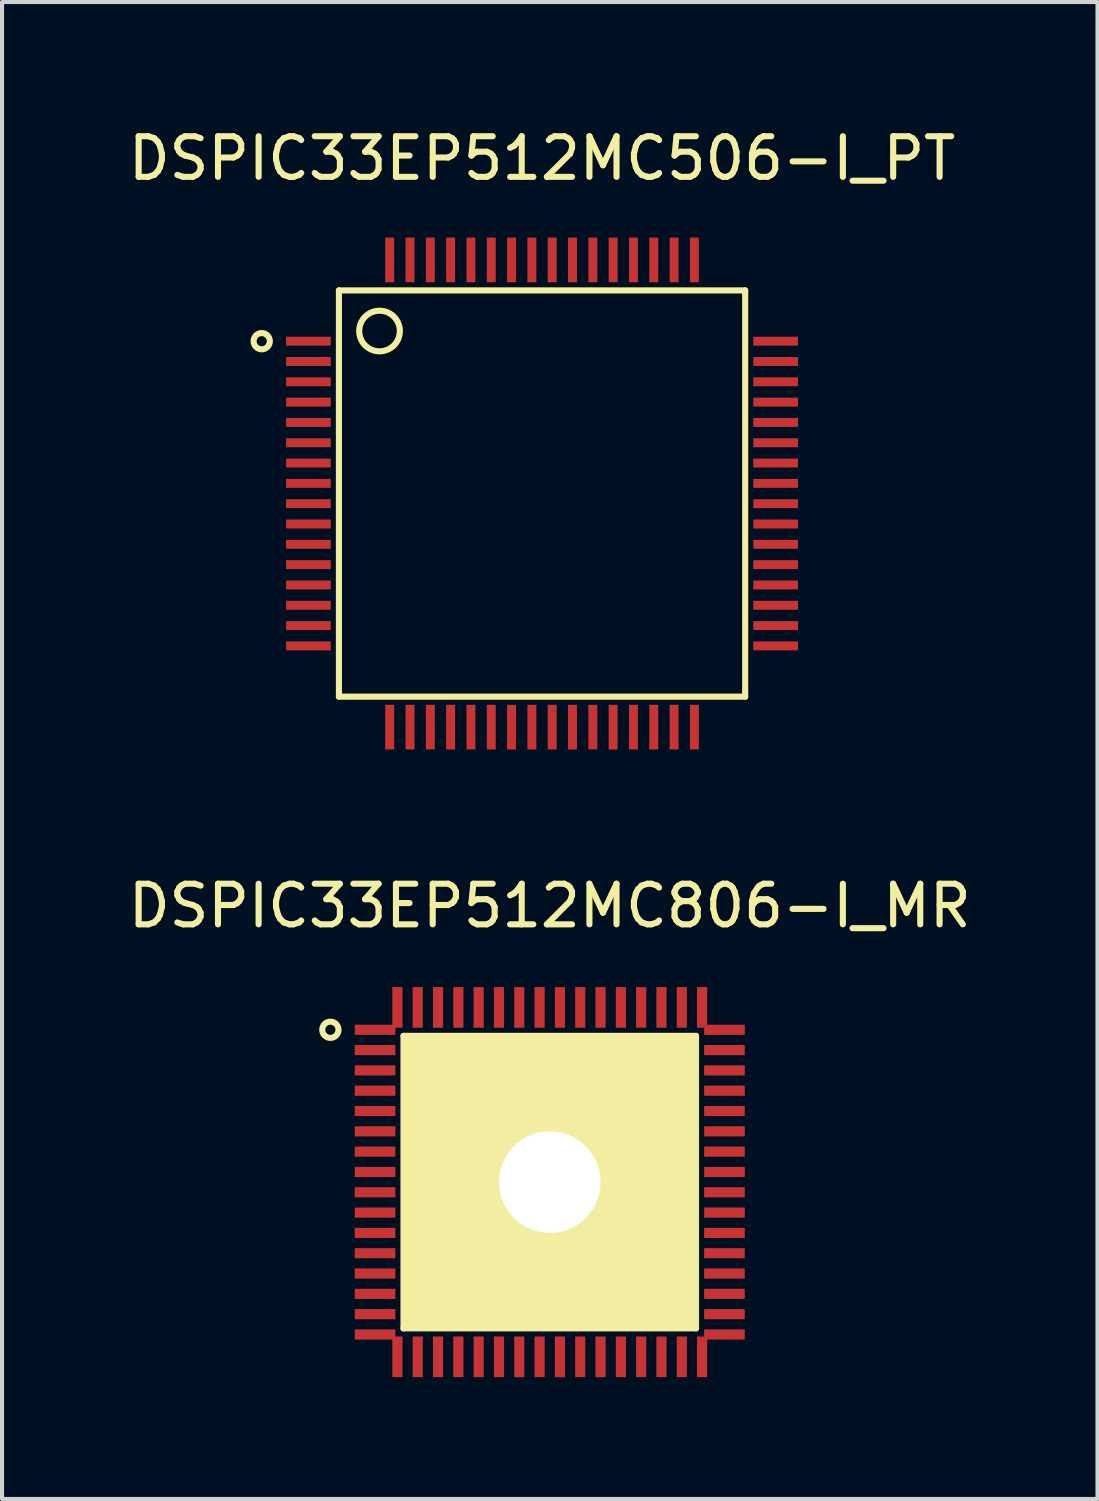
<source format=kicad_pcb>
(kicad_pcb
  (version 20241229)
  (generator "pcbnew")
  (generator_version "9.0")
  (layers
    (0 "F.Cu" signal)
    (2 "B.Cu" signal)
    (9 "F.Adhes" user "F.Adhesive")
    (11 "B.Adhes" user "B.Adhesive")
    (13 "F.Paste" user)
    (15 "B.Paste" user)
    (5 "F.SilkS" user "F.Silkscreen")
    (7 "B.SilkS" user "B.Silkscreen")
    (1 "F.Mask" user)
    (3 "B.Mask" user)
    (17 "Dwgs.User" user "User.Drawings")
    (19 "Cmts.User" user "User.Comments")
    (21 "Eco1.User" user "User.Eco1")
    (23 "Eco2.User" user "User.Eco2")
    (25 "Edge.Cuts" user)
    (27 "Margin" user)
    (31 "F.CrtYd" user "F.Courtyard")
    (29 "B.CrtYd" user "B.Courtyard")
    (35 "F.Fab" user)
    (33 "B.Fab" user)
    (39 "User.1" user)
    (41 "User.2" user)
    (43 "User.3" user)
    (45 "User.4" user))
  (footprint "DSPIC33EP512MC506-I_PT"
    (layer "F.Cu")
    (at 4.542 3.348)
    (property "Reference" "DSPIC33EP512MC506-I_PT" (at 5.75 -2.5 0) (layer "F.SilkS") (effects (font (size 1 1) (thickness 0.15))))
    (attr through_hole)
    (fp_line (start 0.75 0.75) (end 0.75 10.75) (stroke (width 0.15) (type solid)) (layer "F.SilkS"))
    (fp_line (start 0.75 0.75) (end 10.75 0.75) (stroke (width 0.15) (type solid)) (layer "F.SilkS"))
    (fp_line (start 0.75 10.75) (end 10.75 10.75) (stroke (width 0.15) (type solid)) (layer "F.SilkS"))
    (fp_line (start 10.75 10.75) (end 10.75 0.75) (stroke (width 0.15) (type solid)) (layer "F.SilkS"))
    (fp_circle (center -1.15 2) (end -1.15 1.8) (stroke (width 0.15) (type solid)) (fill no) (layer "F.SilkS"))
    (fp_circle (center 1.75 1.75) (end 1.75 1.25) (stroke (width 0.15) (type solid)) (fill no) (layer "F.SilkS"))
    (pad "1" smd rect (at 0 2) (size 1.1 0.22) (layers "F.Cu" "F.Mask" "F.Paste"))
    (pad "2" smd rect (at 0 2.5) (size 1.1 0.22) (layers "F.Cu" "F.Mask" "F.Paste"))
    (pad "3" smd rect (at 0 3) (size 1.1 0.22) (layers "F.Cu" "F.Mask" "F.Paste"))
    (pad "4" smd rect (at 0 3.5) (size 1.1 0.22) (layers "F.Cu" "F.Mask" "F.Paste"))
    (pad "5" smd rect (at 0 4) (size 1.1 0.22) (layers "F.Cu" "F.Mask" "F.Paste"))
    (pad "6" smd rect (at 0 4.5) (size 1.1 0.22) (layers "F.Cu" "F.Mask" "F.Paste"))
    (pad "7" smd rect (at 0 5) (size 1.1 0.22) (layers "F.Cu" "F.Mask" "F.Paste"))
    (pad "8" smd rect (at 0 5.5) (size 1.1 0.22) (layers "F.Cu" "F.Mask" "F.Paste"))
    (pad "9" smd rect (at 0 6) (size 1.1 0.22) (layers "F.Cu" "F.Mask" "F.Paste"))
    (pad "10" smd rect (at 0 6.5) (size 1.1 0.22) (layers "F.Cu" "F.Mask" "F.Paste"))
    (pad "11" smd rect (at 0 7) (size 1.1 0.22) (layers "F.Cu" "F.Mask" "F.Paste"))
    (pad "12" smd rect (at 0 7.5) (size 1.1 0.22) (layers "F.Cu" "F.Mask" "F.Paste"))
    (pad "13" smd rect (at 0 8) (size 1.1 0.22) (layers "F.Cu" "F.Mask" "F.Paste"))
    (pad "14" smd rect (at 0 8.5) (size 1.1 0.22) (layers "F.Cu" "F.Mask" "F.Paste"))
    (pad "15" smd rect (at 0 9) (size 1.1 0.22) (layers "F.Cu" "F.Mask" "F.Paste"))
    (pad "16" smd rect (at 0 9.5) (size 1.1 0.22) (layers "F.Cu" "F.Mask" "F.Paste"))
    (pad "17" smd rect (at 2 11.5) (size 0.22 1.1) (layers "F.Cu" "F.Mask" "F.Paste"))
    (pad "18" smd rect (at 2.5 11.5) (size 0.22 1.1) (layers "F.Cu" "F.Mask" "F.Paste"))
    (pad "19" smd rect (at 3 11.5) (size 0.22 1.1) (layers "F.Cu" "F.Mask" "F.Paste"))
    (pad "20" smd rect (at 3.5 11.5) (size 0.22 1.1) (layers "F.Cu" "F.Mask" "F.Paste"))
    (pad "21" smd rect (at 4 11.5) (size 0.22 1.1) (layers "F.Cu" "F.Mask" "F.Paste"))
    (pad "22" smd rect (at 4.5 11.5) (size 0.22 1.1) (layers "F.Cu" "F.Mask" "F.Paste"))
    (pad "23" smd rect (at 5 11.5) (size 0.22 1.1) (layers "F.Cu" "F.Mask" "F.Paste"))
    (pad "24" smd rect (at 5.5 11.5) (size 0.22 1.1) (layers "F.Cu" "F.Mask" "F.Paste"))
    (pad "25" smd rect (at 6 11.5) (size 0.22 1.1) (layers "F.Cu" "F.Mask" "F.Paste"))
    (pad "26" smd rect (at 6.5 11.5) (size 0.22 1.1) (layers "F.Cu" "F.Mask" "F.Paste"))
    (pad "27" smd rect (at 7 11.5) (size 0.22 1.1) (layers "F.Cu" "F.Mask" "F.Paste"))
    (pad "28" smd rect (at 7.5 11.5) (size 0.22 1.1) (layers "F.Cu" "F.Mask" "F.Paste"))
    (pad "29" smd rect (at 8 11.5) (size 0.22 1.1) (layers "F.Cu" "F.Mask" "F.Paste"))
    (pad "30" smd rect (at 8.5 11.5) (size 0.22 1.1) (layers "F.Cu" "F.Mask" "F.Paste"))
    (pad "31" smd rect (at 9 11.5) (size 0.22 1.1) (layers "F.Cu" "F.Mask" "F.Paste"))
    (pad "32" smd rect (at 9.5 11.5) (size 0.22 1.1) (layers "F.Cu" "F.Mask" "F.Paste"))
    (pad "33" smd rect (at 11.5 9.5) (size 1.1 0.22) (layers "F.Cu" "F.Mask" "F.Paste"))
    (pad "34" smd rect (at 11.5 9) (size 1.1 0.22) (layers "F.Cu" "F.Mask" "F.Paste"))
    (pad "35" smd rect (at 11.5 8.5) (size 1.1 0.22) (layers "F.Cu" "F.Mask" "F.Paste"))
    (pad "36" smd rect (at 11.5 8) (size 1.1 0.22) (layers "F.Cu" "F.Mask" "F.Paste"))
    (pad "37" smd rect (at 11.5 7.5) (size 1.1 0.22) (layers "F.Cu" "F.Mask" "F.Paste"))
    (pad "38" smd rect (at 11.5 7) (size 1.1 0.22) (layers "F.Cu" "F.Mask" "F.Paste"))
    (pad "39" smd rect (at 11.5 6.5) (size 1.1 0.22) (layers "F.Cu" "F.Mask" "F.Paste"))
    (pad "40" smd rect (at 11.5 6) (size 1.1 0.22) (layers "F.Cu" "F.Mask" "F.Paste"))
    (pad "41" smd rect (at 11.5 5.5) (size 1.1 0.22) (layers "F.Cu" "F.Mask" "F.Paste"))
    (pad "42" smd rect (at 11.5 5) (size 1.1 0.22) (layers "F.Cu" "F.Mask" "F.Paste"))
    (pad "43" smd rect (at 11.5 4.5) (size 1.1 0.22) (layers "F.Cu" "F.Mask" "F.Paste"))
    (pad "44" smd rect (at 11.5 4) (size 1.1 0.22) (layers "F.Cu" "F.Mask" "F.Paste"))
    (pad "45" smd rect (at 11.5 3.5) (size 1.1 0.22) (layers "F.Cu" "F.Mask" "F.Paste"))
    (pad "46" smd rect (at 11.5 3) (size 1.1 0.22) (layers "F.Cu" "F.Mask" "F.Paste"))
    (pad "47" smd rect (at 11.5 2.5) (size 1.1 0.22) (layers "F.Cu" "F.Mask" "F.Paste"))
    (pad "48" smd rect (at 11.5 2) (size 1.1 0.22) (layers "F.Cu" "F.Mask" "F.Paste"))
    (pad "49" smd rect (at 9.5 0) (size 0.22 1.1) (layers "F.Cu" "F.Mask" "F.Paste"))
    (pad "50" smd rect (at 9 0) (size 0.22 1.1) (layers "F.Cu" "F.Mask" "F.Paste"))
    (pad "51" smd rect (at 8.5 0) (size 0.22 1.1) (layers "F.Cu" "F.Mask" "F.Paste"))
    (pad "52" smd rect (at 8 0) (size 0.22 1.1) (layers "F.Cu" "F.Mask" "F.Paste"))
    (pad "53" smd rect (at 7.5 0) (size 0.22 1.1) (layers "F.Cu" "F.Mask" "F.Paste"))
    (pad "54" smd rect (at 7 0) (size 0.22 1.1) (layers "F.Cu" "F.Mask" "F.Paste"))
    (pad "55" smd rect (at 6.5 0) (size 0.22 1.1) (layers "F.Cu" "F.Mask" "F.Paste"))
    (pad "56" smd rect (at 6 0) (size 0.22 1.1) (layers "F.Cu" "F.Mask" "F.Paste"))
    (pad "57" smd rect (at 5.5 0) (size 0.22 1.1) (layers "F.Cu" "F.Mask" "F.Paste"))
    (pad "58" smd rect (at 5 0) (size 0.22 1.1) (layers "F.Cu" "F.Mask" "F.Paste"))
    (pad "59" smd rect (at 4.5 0) (size 0.22 1.1) (layers "F.Cu" "F.Mask" "F.Paste"))
    (pad "60" smd rect (at 4 0) (size 0.22 1.1) (layers "F.Cu" "F.Mask" "F.Paste"))
    (pad "61" smd rect (at 3.5 0) (size 0.22 1.1) (layers "F.Cu" "F.Mask" "F.Paste"))
    (pad "62" smd rect (at 3 0) (size 0.22 1.1) (layers "F.Cu" "F.Mask" "F.Paste"))
    (pad "63" smd rect (at 2.5 0) (size 0.22 1.1) (layers "F.Cu" "F.Mask" "F.Paste"))
    (pad "64" smd rect (at 2 0) (size 0.22 1.1) (layers "F.Cu" "F.Mask" "F.Paste")))
  (footprint "DSPIC33EP512MC806-I_MR"
    (layer "F.Cu")
    (at 6.182 21.747)
    (property "Reference" "DSPIC33EP512MC806-I_MR" (at 4.3 -2.5 0) (layer "F.SilkS") (effects (font (size 1 1) (thickness 0.15))))
    (attr through_hole)
    (fp_line (start 0.7 0.7) (end 0.7 7.9) (stroke (width 0.15) (type solid)) (layer "F.SilkS"))
    (fp_line (start 0.7 0.7) (end 7.9 0.7) (stroke (width 0.15) (type solid)) (layer "F.SilkS"))
    (fp_line (start 0.7 7.9) (end 7.9 7.9) (stroke (width 0.15) (type solid)) (layer "F.SilkS"))
    (fp_line (start 7.9 7.9) (end 7.9 0.7) (stroke (width 0.15) (type solid)) (layer "F.SilkS"))
    (fp_circle (center -1.1 0.55) (end -1.1 0.35) (stroke (width 0.15) (type solid)) (fill no) (layer "F.SilkS"))
    (fp_circle (center 1.7 1.7) (end 1.7 1.2) (stroke (width 0.15) (type solid)) (fill no) (layer "F.SilkS"))
    (pad "1" smd rect (at 0 0.55) (size 1 0.25) (layers "F.Cu" "F.Mask" "F.Paste"))
    (pad "2" smd rect (at 0 1.05) (size 1 0.25) (layers "F.Cu" "F.Mask" "F.Paste"))
    (pad "3" smd rect (at 0 1.55) (size 1 0.25) (layers "F.Cu" "F.Mask" "F.Paste"))
    (pad "4" smd rect (at 0 2.05) (size 1 0.25) (layers "F.Cu" "F.Mask" "F.Paste"))
    (pad "5" smd rect (at 0 2.55) (size 1 0.25) (layers "F.Cu" "F.Mask" "F.Paste"))
    (pad "6" smd rect (at 0 3.05) (size 1 0.25) (layers "F.Cu" "F.Mask" "F.Paste"))
    (pad "7" smd rect (at 0 3.55) (size 1 0.25) (layers "F.Cu" "F.Mask" "F.Paste"))
    (pad "8" smd rect (at 0 4.05) (size 1 0.25) (layers "F.Cu" "F.Mask" "F.Paste"))
    (pad "9" smd rect (at 0 4.55) (size 1 0.25) (layers "F.Cu" "F.Mask" "F.Paste"))
    (pad "10" smd rect (at 0 5.05) (size 1 0.25) (layers "F.Cu" "F.Mask" "F.Paste"))
    (pad "11" smd rect (at 0 5.55) (size 1 0.25) (layers "F.Cu" "F.Mask" "F.Paste"))
    (pad "12" smd rect (at 0 6.05) (size 1 0.25) (layers "F.Cu" "F.Mask" "F.Paste"))
    (pad "13" smd rect (at 0 6.55) (size 1 0.25) (layers "F.Cu" "F.Mask" "F.Paste"))
    (pad "14" smd rect (at 0 7.05) (size 1 0.25) (layers "F.Cu" "F.Mask" "F.Paste"))
    (pad "15" smd rect (at 0 7.55) (size 1 0.25) (layers "F.Cu" "F.Mask" "F.Paste"))
    (pad "16" smd rect (at 0 8.05) (size 1 0.25) (layers "F.Cu" "F.Mask" "F.Paste"))
    (pad "17" smd rect (at 0.55 8.6) (size 0.25 1) (layers "F.Cu" "F.Mask" "F.Paste"))
    (pad "18" smd rect (at 1.05 8.6) (size 0.25 1) (layers "F.Cu" "F.Mask" "F.Paste"))
    (pad "19" smd rect (at 1.55 8.6) (size 0.25 1) (layers "F.Cu" "F.Mask" "F.Paste"))
    (pad "20" smd rect (at 2.05 8.6) (size 0.25 1) (layers "F.Cu" "F.Mask" "F.Paste"))
    (pad "21" smd rect (at 2.55 8.6) (size 0.25 1) (layers "F.Cu" "F.Mask" "F.Paste"))
    (pad "22" smd rect (at 3.05 8.6) (size 0.25 1) (layers "F.Cu" "F.Mask" "F.Paste"))
    (pad "23" smd rect (at 3.55 8.6) (size 0.25 1) (layers "F.Cu" "F.Mask" "F.Paste"))
    (pad "24" smd rect (at 4.05 8.6) (size 0.25 1) (layers "F.Cu" "F.Mask" "F.Paste"))
    (pad "25" smd rect (at 4.55 8.6) (size 0.25 1) (layers "F.Cu" "F.Mask" "F.Paste"))
    (pad "26" smd rect (at 5.05 8.6) (size 0.25 1) (layers "F.Cu" "F.Mask" "F.Paste"))
    (pad "27" smd rect (at 5.55 8.6) (size 0.25 1) (layers "F.Cu" "F.Mask" "F.Paste"))
    (pad "28" smd rect (at 6.05 8.6) (size 0.25 1) (layers "F.Cu" "F.Mask" "F.Paste"))
    (pad "29" smd rect (at 6.55 8.6) (size 0.25 1) (layers "F.Cu" "F.Mask" "F.Paste"))
    (pad "30" smd rect (at 7.05 8.6) (size 0.25 1) (layers "F.Cu" "F.Mask" "F.Paste"))
    (pad "31" smd rect (at 7.55 8.6) (size 0.25 1) (layers "F.Cu" "F.Mask" "F.Paste"))
    (pad "32" smd rect (at 8.05 8.6) (size 0.25 1) (layers "F.Cu" "F.Mask" "F.Paste"))
    (pad "33" smd rect (at 8.6 8.05) (size 1 0.25) (layers "F.Cu" "F.Mask" "F.Paste"))
    (pad "34" smd rect (at 8.6 7.55) (size 1 0.25) (layers "F.Cu" "F.Mask" "F.Paste"))
    (pad "35" smd rect (at 8.6 7.05) (size 1 0.25) (layers "F.Cu" "F.Mask" "F.Paste"))
    (pad "36" smd rect (at 8.6 6.55) (size 1 0.25) (layers "F.Cu" "F.Mask" "F.Paste"))
    (pad "37" smd rect (at 8.6 6.05) (size 1 0.25) (layers "F.Cu" "F.Mask" "F.Paste"))
    (pad "38" smd rect (at 8.6 5.55) (size 1 0.25) (layers "F.Cu" "F.Mask" "F.Paste"))
    (pad "39" smd rect (at 8.6 5.05) (size 1 0.25) (layers "F.Cu" "F.Mask" "F.Paste"))
    (pad "40" smd rect (at 8.6 4.55) (size 1 0.25) (layers "F.Cu" "F.Mask" "F.Paste"))
    (pad "41" smd rect (at 8.6 4.05) (size 1 0.25) (layers "F.Cu" "F.Mask" "F.Paste"))
    (pad "42" smd rect (at 8.6 3.55) (size 1 0.25) (layers "F.Cu" "F.Mask" "F.Paste"))
    (pad "43" smd rect (at 8.6 3.05) (size 1 0.25) (layers "F.Cu" "F.Mask" "F.Paste"))
    (pad "44" smd rect (at 8.6 2.55) (size 1 0.25) (layers "F.Cu" "F.Mask" "F.Paste"))
    (pad "45" smd rect (at 8.6 2.05) (size 1 0.25) (layers "F.Cu" "F.Mask" "F.Paste"))
    (pad "46" smd rect (at 8.6 1.55) (size 1 0.25) (layers "F.Cu" "F.Mask" "F.Paste"))
    (pad "47" smd rect (at 8.6 1.05) (size 1 0.25) (layers "F.Cu" "F.Mask" "F.Paste"))
    (pad "48" smd rect (at 8.6 0.55) (size 1 0.25) (layers "F.Cu" "F.Mask" "F.Paste"))
    (pad "49" smd rect (at 8.05 0) (size 0.25 1) (layers "F.Cu" "F.Mask" "F.Paste"))
    (pad "50" smd rect (at 7.55 0) (size 0.25 1) (layers "F.Cu" "F.Mask" "F.Paste"))
    (pad "51" smd rect (at 7.05 0) (size 0.25 1) (layers "F.Cu" "F.Mask" "F.Paste"))
    (pad "52" smd rect (at 6.55 0) (size 0.25 1) (layers "F.Cu" "F.Mask" "F.Paste"))
    (pad "53" smd rect (at 6.05 0) (size 0.25 1) (layers "F.Cu" "F.Mask" "F.Paste"))
    (pad "54" smd rect (at 5.55 0) (size 0.25 1) (layers "F.Cu" "F.Mask" "F.Paste"))
    (pad "55" smd rect (at 5.05 0) (size 0.25 1) (layers "F.Cu" "F.Mask" "F.Paste"))
    (pad "56" smd rect (at 4.55 0) (size 0.25 1) (layers "F.Cu" "F.Mask" "F.Paste"))
    (pad "57" smd rect (at 4.05 0) (size 0.25 1) (layers "F.Cu" "F.Mask" "F.Paste"))
    (pad "58" smd rect (at 3.55 0) (size 0.25 1) (layers "F.Cu" "F.Mask" "F.Paste"))
    (pad "59" smd rect (at 3.05 0) (size 0.25 1) (layers "F.Cu" "F.Mask" "F.Paste"))
    (pad "60" smd rect (at 2.55 0) (size 0.25 1) (layers "F.Cu" "F.Mask" "F.Paste"))
    (pad "61" smd rect (at 2.05 0) (size 0.25 1) (layers "F.Cu" "F.Mask" "F.Paste"))
    (pad "62" smd rect (at 1.55 0) (size 0.25 1) (layers "F.Cu" "F.Mask" "F.Paste"))
    (pad "63" smd rect (at 1.05 0) (size 0.25 1) (layers "F.Cu" "F.Mask" "F.Paste"))
    (pad "64" smd rect (at 0.55 0) (size 0.25 1) (layers "F.Cu" "F.Mask" "F.Paste"))
    (pad "999" thru_hole rect (at 4.3 4.3) (size 7.15 7.15) (drill 2.5) (layers "*.Cu" "*.Mask" "F.SilkS")))
  (gr_rect
    (start -3 -3)
    (end 23.964 33.846)
    (stroke (width 0.1) (type default))
    (fill no)
    (layer "Edge.Cuts")))
</source>
